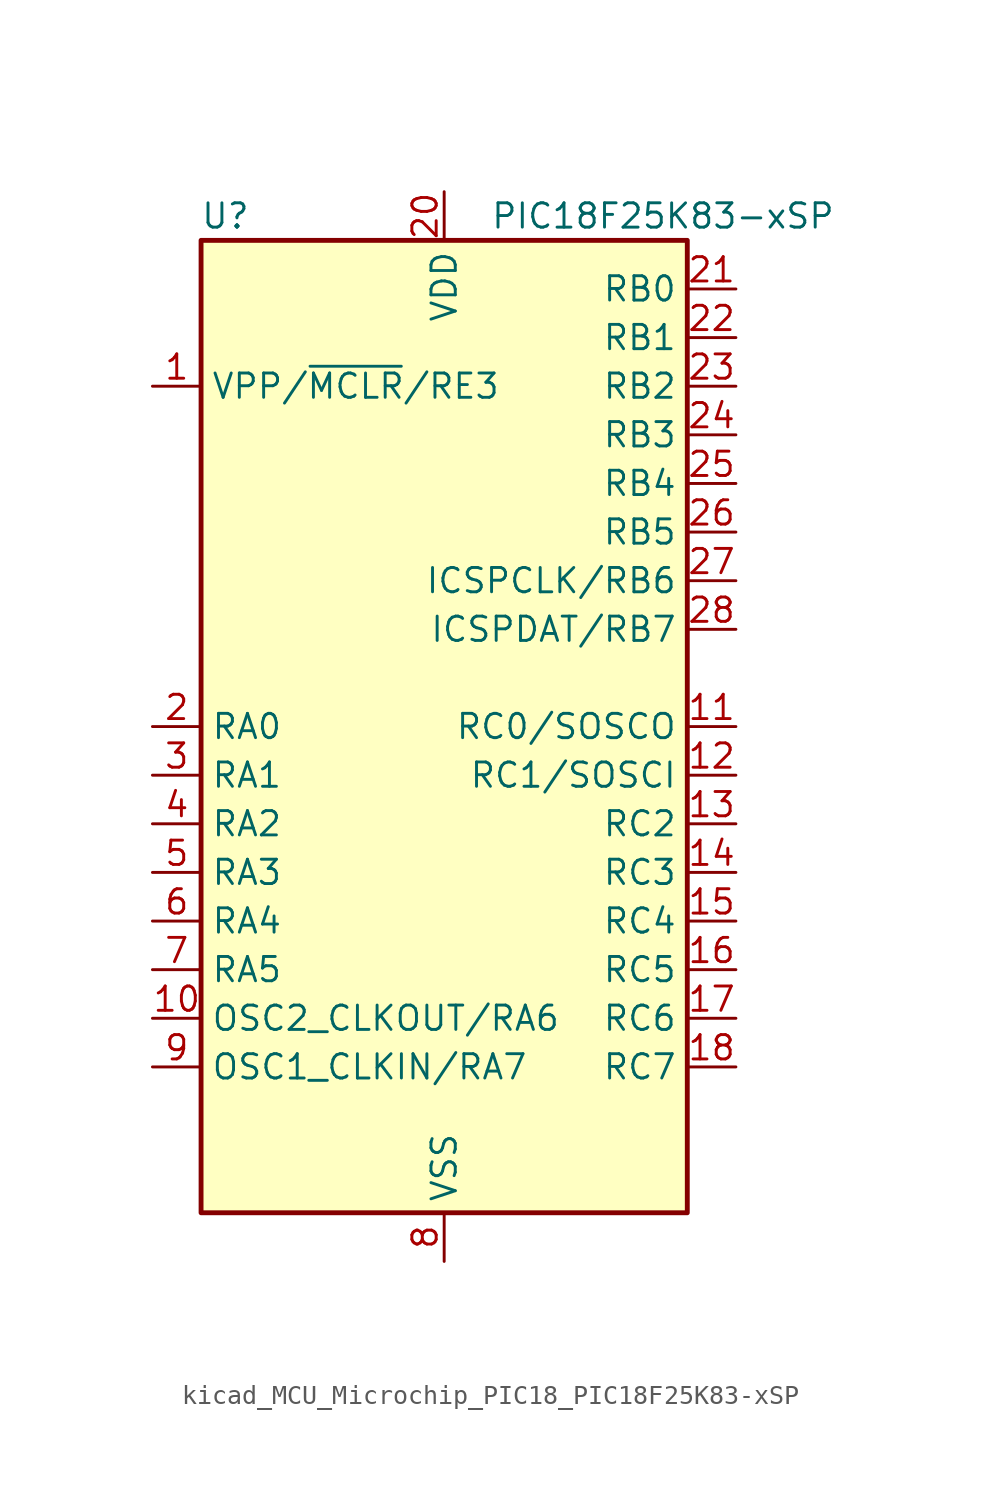
<source format=kicad_sym>
(kicad_symbol_lib
  (version 20220914)
  (generator kicad_symbol_editor)
  (symbol "kicad_MCU_Microchip_PIC18_PIC18F25K83-xSP"
    (property "Reference" "U"
      (at -11.43 26.67 0)
      (effects (font (size 1.27 1.27))))
    (property "Value" "PIC18F25K83-xSP"
      (at 11.43 26.67 0)
      (effects (font (size 1.27 1.27))))
    (symbol "kicad_MCU_Microchip_PIC18_PIC18F25K83-xSP_0_1"
      (rectangle (start -12.7 -25.4) (end 12.7 25.4) (stroke (width 0.254) (type default)) (fill (type background))))
    (symbol "kicad_MCU_Microchip_PIC18_PIC18F25K83-xSP_1_1"
      (pin input line (at -15.24 17.78 0) (length 2.54) (name "VPP/~{MCLR}/RE3" (effects (font (size 1.27 1.27)))) (number "1" (effects (font (size 1.27 1.27)))))
      (pin bidirectional line (at -15.24 -15.24 0) (length 2.54) (name "OSC2_CLKOUT/RA6" (effects (font (size 1.27 1.27)))) (number "10" (effects (font (size 1.27 1.27)))))
      (pin bidirectional line (at 15.24 0 180) (length 2.54) (name "RC0/SOSCO" (effects (font (size 1.27 1.27)))) (number "11" (effects (font (size 1.27 1.27)))))
      (pin bidirectional line (at 15.24 -2.54 180) (length 2.54) (name "RC1/SOSCI" (effects (font (size 1.27 1.27)))) (number "12" (effects (font (size 1.27 1.27)))))
      (pin bidirectional line (at 15.24 -5.08 180) (length 2.54) (name "RC2" (effects (font (size 1.27 1.27)))) (number "13" (effects (font (size 1.27 1.27)))))
      (pin bidirectional line (at 15.24 -7.62 180) (length 2.54) (name "RC3" (effects (font (size 1.27 1.27)))) (number "14" (effects (font (size 1.27 1.27)))))
      (pin bidirectional line (at 15.24 -10.16 180) (length 2.54) (name "RC4" (effects (font (size 1.27 1.27)))) (number "15" (effects (font (size 1.27 1.27)))))
      (pin bidirectional line (at 15.24 -12.7 180) (length 2.54) (name "RC5" (effects (font (size 1.27 1.27)))) (number "16" (effects (font (size 1.27 1.27)))))
      (pin bidirectional line (at 15.24 -15.24 180) (length 2.54) (name "RC6" (effects (font (size 1.27 1.27)))) (number "17" (effects (font (size 1.27 1.27)))))
      (pin bidirectional line (at 15.24 -17.78 180) (length 2.54) (name "RC7" (effects (font (size 1.27 1.27)))) (number "18" (effects (font (size 1.27 1.27)))))
      (pin passive line (at 0 -27.94 90) (length 2.54) hide (name "VSS" (effects (font (size 1.27 1.27)))) (number "19" (effects (font (size 1.27 1.27)))))
      (pin bidirectional line (at -15.24 0 0) (length 2.54) (name "RA0" (effects (font (size 1.27 1.27)))) (number "2" (effects (font (size 1.27 1.27)))))
      (pin power_in line (at 0 27.94 270) (length 2.54) (name "VDD" (effects (font (size 1.27 1.27)))) (number "20" (effects (font (size 1.27 1.27)))))
      (pin bidirectional line (at 15.24 22.86 180) (length 2.54) (name "RB0" (effects (font (size 1.27 1.27)))) (number "21" (effects (font (size 1.27 1.27)))))
      (pin bidirectional line (at 15.24 20.32 180) (length 2.54) (name "RB1" (effects (font (size 1.27 1.27)))) (number "22" (effects (font (size 1.27 1.27)))))
      (pin bidirectional line (at 15.24 17.78 180) (length 2.54) (name "RB2" (effects (font (size 1.27 1.27)))) (number "23" (effects (font (size 1.27 1.27)))))
      (pin bidirectional line (at 15.24 15.24 180) (length 2.54) (name "RB3" (effects (font (size 1.27 1.27)))) (number "24" (effects (font (size 1.27 1.27)))))
      (pin bidirectional line (at 15.24 12.7 180) (length 2.54) (name "RB4" (effects (font (size 1.27 1.27)))) (number "25" (effects (font (size 1.27 1.27)))))
      (pin bidirectional line (at 15.24 10.16 180) (length 2.54) (name "RB5" (effects (font (size 1.27 1.27)))) (number "26" (effects (font (size 1.27 1.27)))))
      (pin bidirectional line (at 15.24 7.62 180) (length 2.54) (name "ICSPCLK/RB6" (effects (font (size 1.27 1.27)))) (number "27" (effects (font (size 1.27 1.27)))))
      (pin bidirectional line (at 15.24 5.08 180) (length 2.54) (name "ICSPDAT/RB7" (effects (font (size 1.27 1.27)))) (number "28" (effects (font (size 1.27 1.27)))))
      (pin bidirectional line (at -15.24 -2.54 0) (length 2.54) (name "RA1" (effects (font (size 1.27 1.27)))) (number "3" (effects (font (size 1.27 1.27)))))
      (pin bidirectional line (at -15.24 -5.08 0) (length 2.54) (name "RA2" (effects (font (size 1.27 1.27)))) (number "4" (effects (font (size 1.27 1.27)))))
      (pin bidirectional line (at -15.24 -7.62 0) (length 2.54) (name "RA3" (effects (font (size 1.27 1.27)))) (number "5" (effects (font (size 1.27 1.27)))))
      (pin bidirectional line (at -15.24 -10.16 0) (length 2.54) (name "RA4" (effects (font (size 1.27 1.27)))) (number "6" (effects (font (size 1.27 1.27)))))
      (pin bidirectional line (at -15.24 -12.7 0) (length 2.54) (name "RA5" (effects (font (size 1.27 1.27)))) (number "7" (effects (font (size 1.27 1.27)))))
      (pin power_in line (at 0 -27.94 90) (length 2.54) (name "VSS" (effects (font (size 1.27 1.27)))) (number "8" (effects (font (size 1.27 1.27)))))
      (pin bidirectional line (at -15.24 -17.78 0) (length 2.54) (name "OSC1_CLKIN/RA7" (effects (font (size 1.27 1.27)))) (number "9" (effects (font (size 1.27 1.27))))))))
</source>
